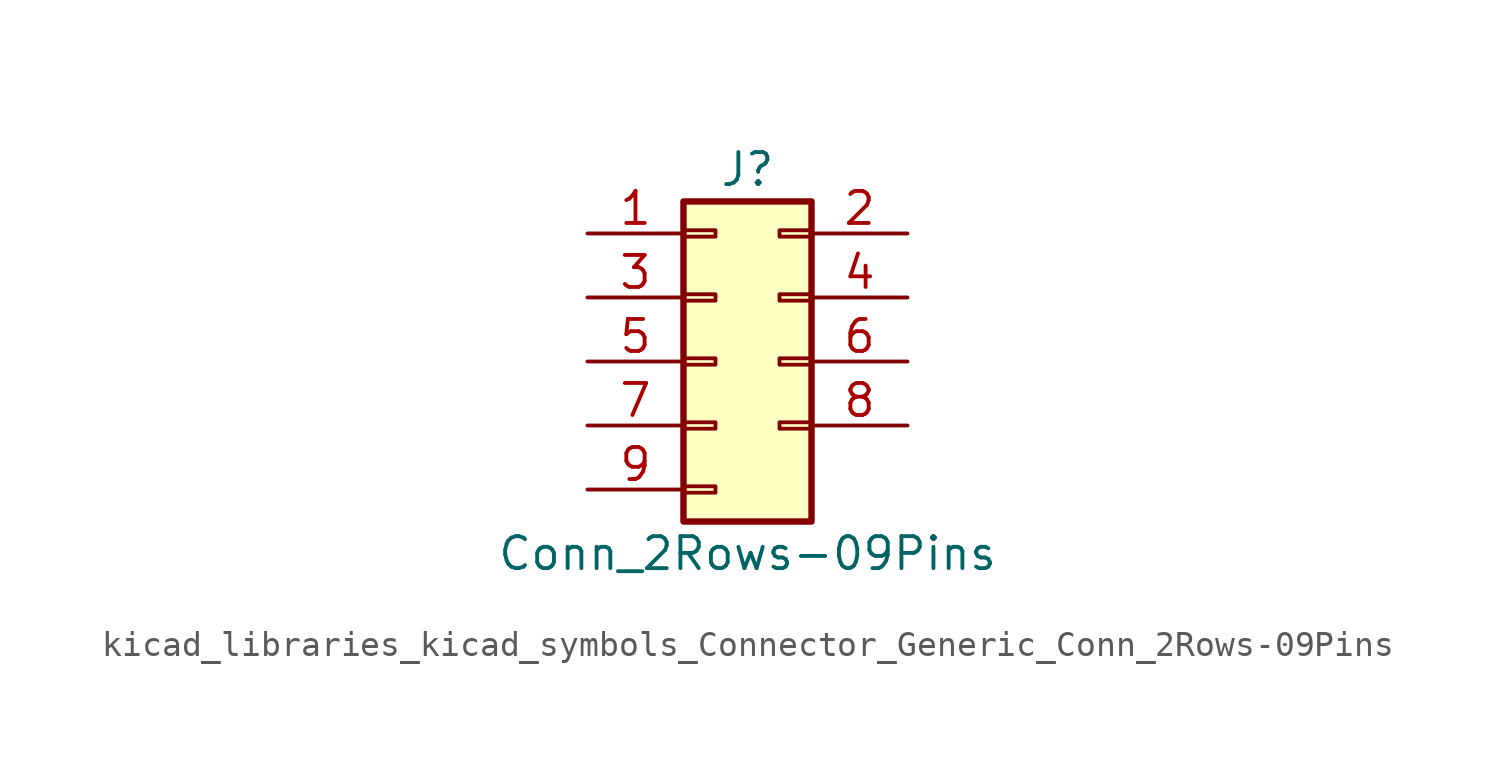
<source format=kicad_sym>
(kicad_symbol_lib
  (version 20220914)
  (generator kicad_symbol_editor)
  (symbol "kicad_libraries_kicad_symbols_Connector_Generic_Conn_2Rows-09Pins"
    (pin_names
      (offset 1.016) hide)
    (property "Reference" "J"
      (at 1.27 7.62 0)
      (effects (font (size 1.27 1.27))))
    (property "Value" "Conn_2Rows-09Pins"
      (at 1.27 -7.62 0)
      (effects (font (size 1.27 1.27))))
    (symbol "kicad_libraries_kicad_symbols_Connector_Generic_Conn_2Rows-09Pins_1_1"
      (rectangle (start -1.27 -4.953) (end 0 -5.207) (stroke (width 0.152) (type default)) (fill (type none)))
      (rectangle (start -1.27 -2.413) (end 0 -2.667) (stroke (width 0.152) (type default)) (fill (type none)))
      (rectangle (start -1.27 0.127) (end 0 -0.127) (stroke (width 0.152) (type default)) (fill (type none)))
      (rectangle (start -1.27 2.667) (end 0 2.413) (stroke (width 0.152) (type default)) (fill (type none)))
      (rectangle (start -1.27 5.207) (end 0 4.953) (stroke (width 0.152) (type default)) (fill (type none)))
      (rectangle (start -1.27 6.35) (end 3.81 -6.35) (stroke (width 0.254) (type default)) (fill (type background)))
      (rectangle (start 3.81 -2.413) (end 2.54 -2.667) (stroke (width 0.152) (type default)) (fill (type none)))
      (rectangle (start 3.81 0.127) (end 2.54 -0.127) (stroke (width 0.152) (type default)) (fill (type none)))
      (rectangle (start 3.81 2.667) (end 2.54 2.413) (stroke (width 0.152) (type default)) (fill (type none)))
      (rectangle (start 3.81 5.207) (end 2.54 4.953) (stroke (width 0.152) (type default)) (fill (type none)))
      (pin passive line (at -5.08 5.08 0) (length 3.81) (name "Pin_1" (effects (font (size 1.27 1.27)))) (number "1" (effects (font (size 1.27 1.27)))))
      (pin passive line (at 7.62 5.08 180) (length 3.81) (name "Pin_2" (effects (font (size 1.27 1.27)))) (number "2" (effects (font (size 1.27 1.27)))))
      (pin passive line (at -5.08 2.54 0) (length 3.81) (name "Pin_3" (effects (font (size 1.27 1.27)))) (number "3" (effects (font (size 1.27 1.27)))))
      (pin passive line (at 7.62 2.54 180) (length 3.81) (name "Pin_4" (effects (font (size 1.27 1.27)))) (number "4" (effects (font (size 1.27 1.27)))))
      (pin passive line (at -5.08 0 0) (length 3.81) (name "Pin_5" (effects (font (size 1.27 1.27)))) (number "5" (effects (font (size 1.27 1.27)))))
      (pin passive line (at 7.62 0 180) (length 3.81) (name "Pin_6" (effects (font (size 1.27 1.27)))) (number "6" (effects (font (size 1.27 1.27)))))
      (pin passive line (at -5.08 -2.54 0) (length 3.81) (name "Pin_7" (effects (font (size 1.27 1.27)))) (number "7" (effects (font (size 1.27 1.27)))))
      (pin passive line (at 7.62 -2.54 180) (length 3.81) (name "Pin_8" (effects (font (size 1.27 1.27)))) (number "8" (effects (font (size 1.27 1.27)))))
      (pin passive line (at -5.08 -5.08 0) (length 3.81) (name "Pin_9" (effects (font (size 1.27 1.27)))) (number "9" (effects (font (size 1.27 1.27))))))))
</source>
